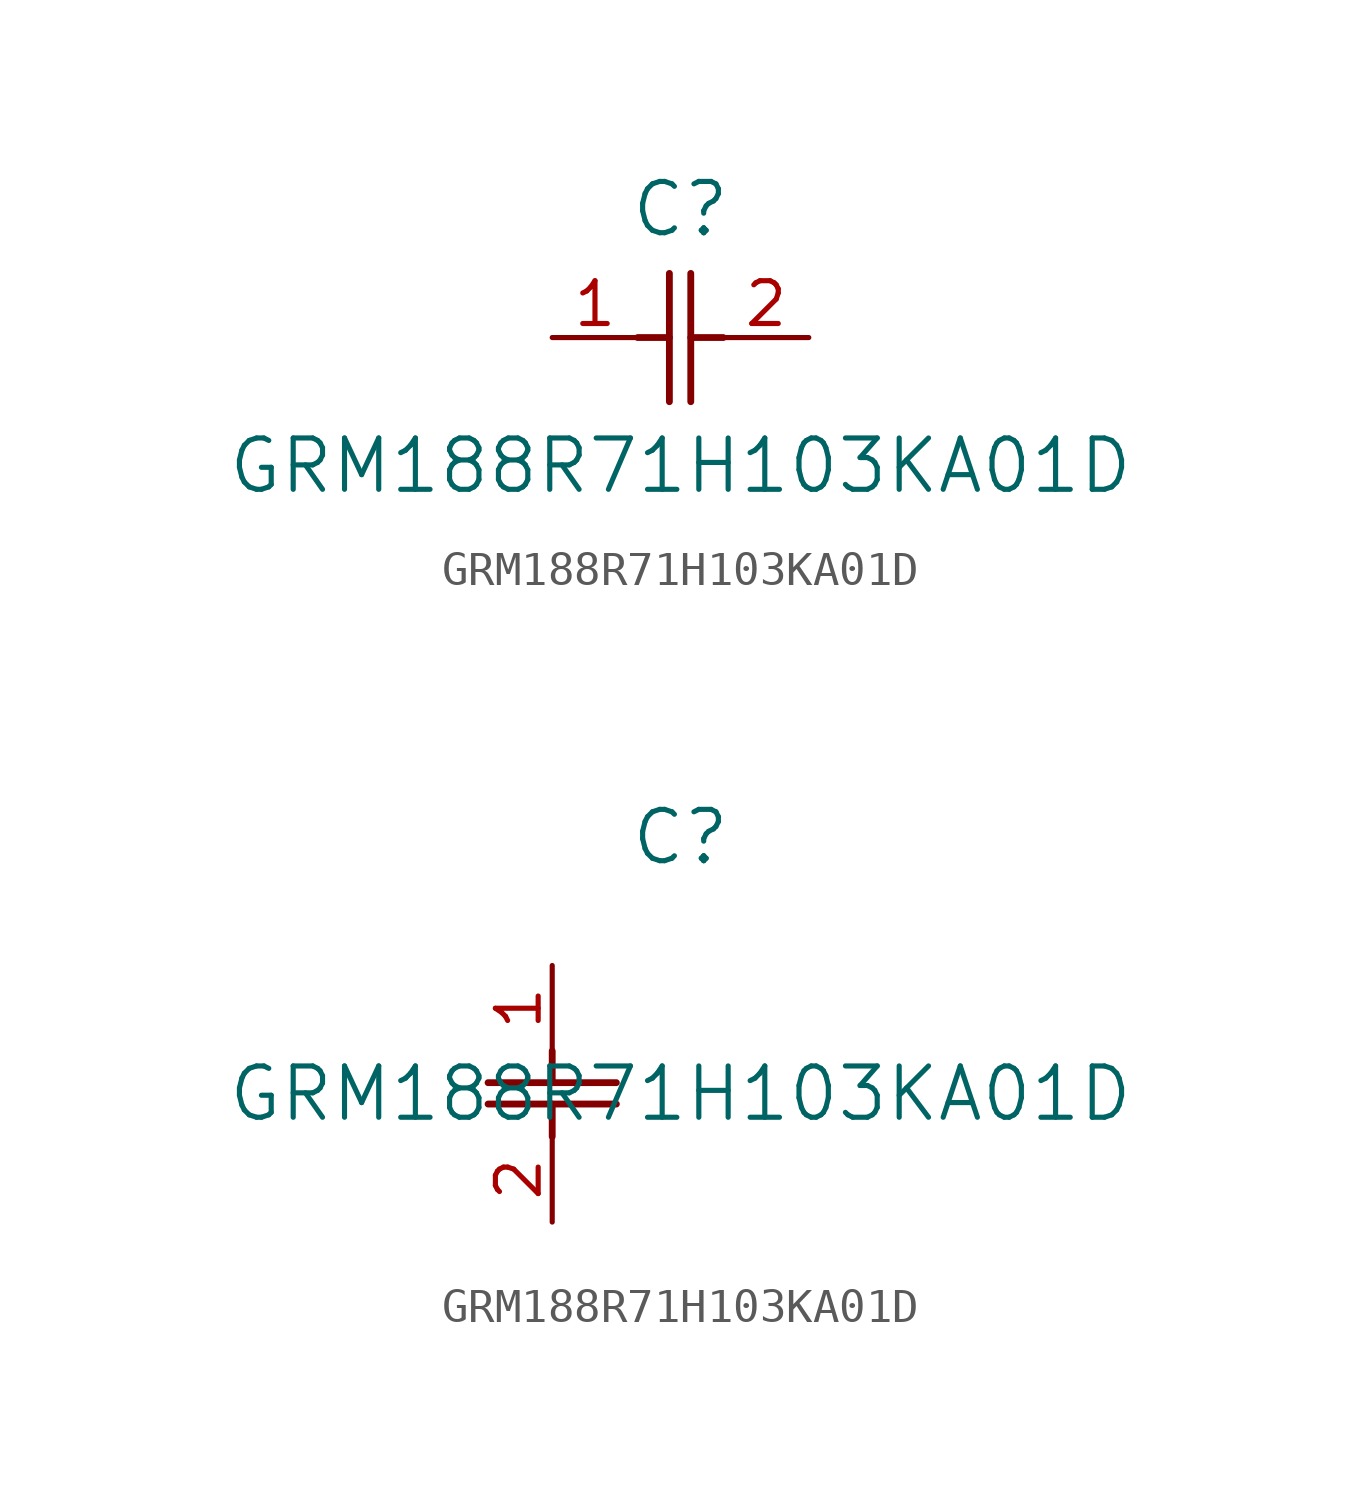
<source format=kicad_sym>
(kicad_symbol_lib
  (version 20211014)
  (generator kicad_symbol_editor)
  (symbol "GRM188R71H103KA01D"
    (pin_names
      (offset 0.254))
    (property "Reference" "C"
      (at 3.81 3.81 0)
      (effects (font (size 1.524 1.524))))
    (property "Value" "GRM188R71H103KA01D"
      (at 3.81 -3.81 0)
      (effects (font (size 1.524 1.524))))
    (symbol "GRM188R71H103KA01D_1_1"
      (polyline (pts (xy 3.48 -1.905) (xy 3.48 1.905)) (stroke (width 0.203) (type default) (color 0 0 0 0)) (fill (type none)))
      (polyline (pts (xy 4.115 -1.905) (xy 4.115 1.905)) (stroke (width 0.203) (type default) (color 0 0 0 0)) (fill (type none)))
      (polyline (pts (xy 4.115 0) (xy 5.08 0)) (stroke (width 0.203) (type default) (color 0 0 0 0)) (fill (type none)))
      (polyline (pts (xy 2.54 0) (xy 3.48 0)) (stroke (width 0.203) (type default) (color 0 0 0 0)) (fill (type none)))
      (pin unspecified line (at 0 0 0) (length 2.54) (name "" (effects (font (size 1.27 1.27)))) (number "1" (effects (font (size 1.27 1.27)))))
      (pin unspecified line (at 7.62 0 180) (length 2.54) (name "" (effects (font (size 1.27 1.27)))) (number "2" (effects (font (size 1.27 1.27))))))
    (symbol "GRM188R71H103KA01D_1_2"
      (polyline (pts (xy -1.905 -3.48) (xy 1.905 -3.48)) (stroke (width 0.203) (type default) (color 0 0 0 0)) (fill (type none)))
      (polyline (pts (xy -1.905 -4.115) (xy 1.905 -4.115)) (stroke (width 0.203) (type default) (color 0 0 0 0)) (fill (type none)))
      (polyline (pts (xy 0 -4.115) (xy 0 -5.08)) (stroke (width 0.203) (type default) (color 0 0 0 0)) (fill (type none)))
      (polyline (pts (xy 0 -2.54) (xy 0 -3.48)) (stroke (width 0.203) (type default) (color 0 0 0 0)) (fill (type none)))
      (pin unspecified line (at 0 0 270) (length 2.54) (name "" (effects (font (size 1.27 1.27)))) (number "1" (effects (font (size 1.27 1.27)))))
      (pin unspecified line (at 0 -7.62 90) (length 2.54) (name "" (effects (font (size 1.27 1.27)))) (number "2" (effects (font (size 1.27 1.27))))))))
</source>
